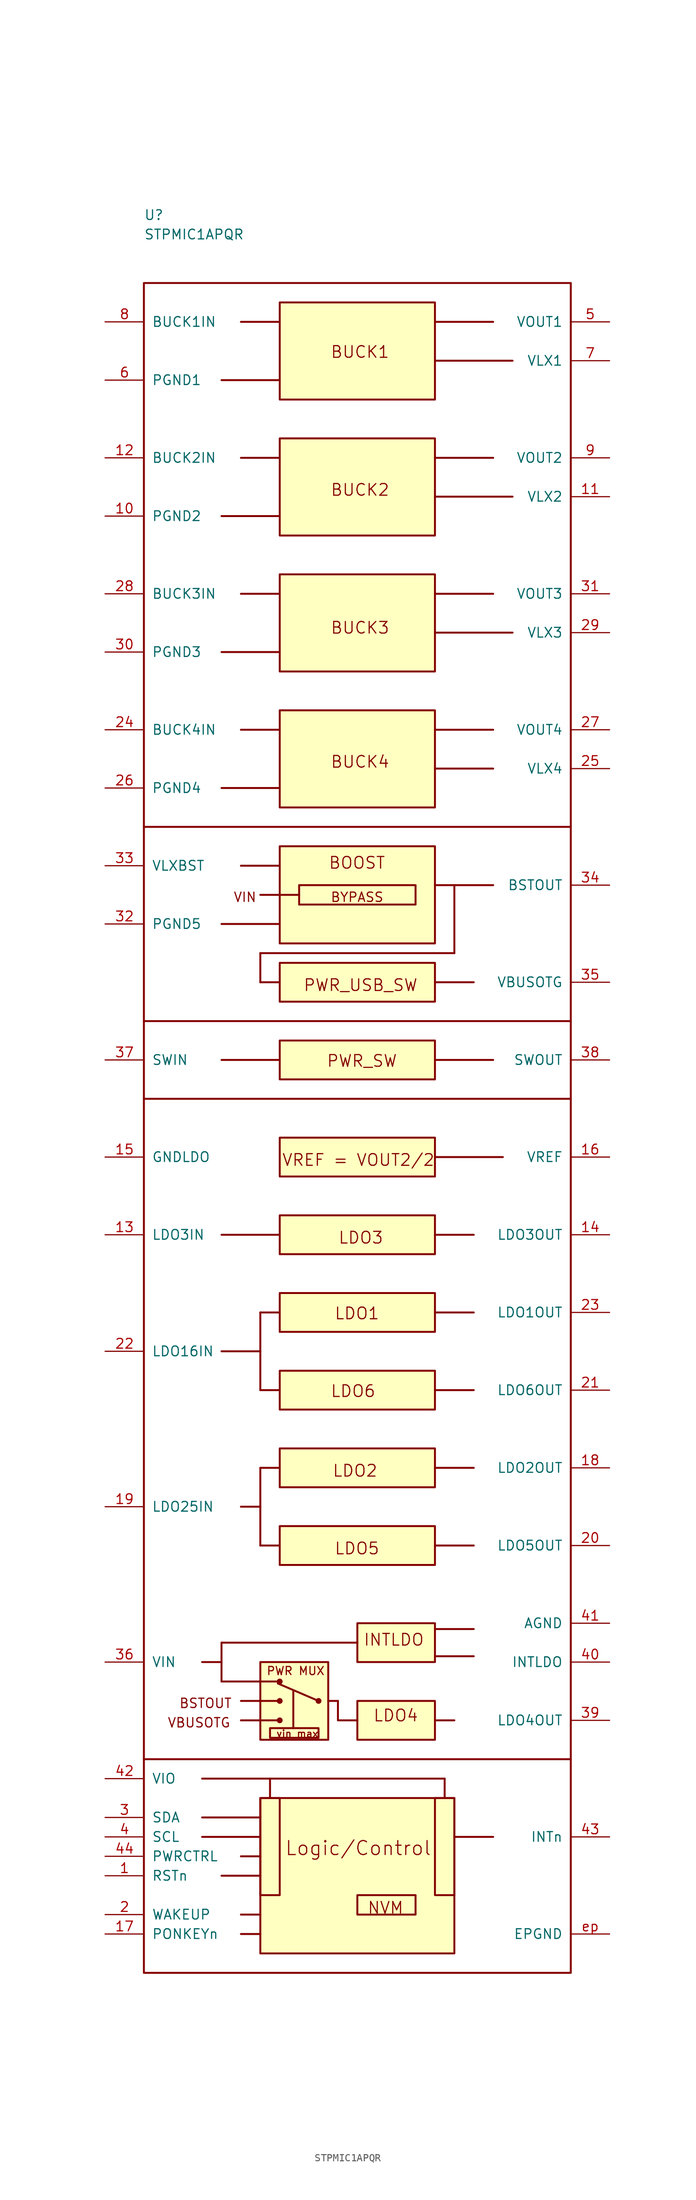
<source format=kicad_sym>
(kicad_symbol_lib
  (version 20211014)
  (generator kicad_symbol_editor)
  (symbol "STPMIC1APQR"
    (pin_names
      (offset 1.016))
    (property "Reference" "U"
      (at 0 8.89 0)
      (effects (font (size 1.27 1.27)) (justify left)))
    (property "Value" "STPMIC1APQR"
      (at 0 6.35 0)
      (effects (font (size 1.27 1.27)) (justify left)))
    (property "Footprint" ""
      (at -7.62 -5.08 0)
      (effects (font (size 1.524 1.524))))
    (property "Datasheet" ""
      (at -7.62 -5.08 0)
      (effects (font (size 1.524 1.524))))
    (symbol "STPMIC1APQR_0_1"
      (rectangle (start 0 -220.98) (end 55.88 0) (stroke (width 0.254) (type default) (color 0 0 0 0)) (fill (type none)))
      (polyline (pts (xy 0 -193.04) (xy 55.88 -193.04)) (stroke (width 0.254) (type default) (color 0 0 0 0)) (fill (type none)))
      (polyline (pts (xy 0 -106.68) (xy 55.88 -106.68)) (stroke (width 0.254) (type default) (color 0 0 0 0)) (fill (type none)))
      (polyline (pts (xy 0 -96.52) (xy 55.88 -96.52)) (stroke (width 0.254) (type default) (color 0 0 0 0)) (fill (type none)))
      (polyline (pts (xy 0 -71.12) (xy 55.88 -71.12)) (stroke (width 0.254) (type default) (color 0 0 0 0)) (fill (type none)))
      (polyline (pts (xy 7.62 -203.2) (xy 15.24 -203.2)) (stroke (width 0.254) (type default) (color 0 0 0 0)) (fill (type none)))
      (polyline (pts (xy 7.62 -200.66) (xy 15.24 -200.66)) (stroke (width 0.254) (type default) (color 0 0 0 0)) (fill (type none)))
      (polyline (pts (xy 7.62 -195.58) (xy 39.37 -195.58)) (stroke (width 0.254) (type default) (color 0 0 0 0)) (fill (type none)))
      (polyline (pts (xy 10.16 -208.28) (xy 15.24 -208.28)) (stroke (width 0.254) (type default) (color 0 0 0 0)) (fill (type none)))
      (polyline (pts (xy 10.16 -182.88) (xy 10.16 -177.8)) (stroke (width 0.254) (type default) (color 0 0 0 0)) (fill (type none)))
      (polyline (pts (xy 10.16 -182.88) (xy 15.24 -182.88)) (stroke (width 0.254) (type default) (color 0 0 0 0)) (fill (type none)))
      (polyline (pts (xy 10.16 -180.34) (xy 7.62 -180.34)) (stroke (width 0.254) (type default) (color 0 0 0 0)) (fill (type none)))
      (polyline (pts (xy 10.16 -177.8) (xy 27.94 -177.8)) (stroke (width 0.254) (type default) (color 0 0 0 0)) (fill (type none)))
      (polyline (pts (xy 10.16 -139.7) (xy 15.24 -139.7)) (stroke (width 0.254) (type default) (color 0 0 0 0)) (fill (type none)))
      (polyline (pts (xy 10.16 -124.46) (xy 17.78 -124.46)) (stroke (width 0.254) (type default) (color 0 0 0 0)) (fill (type none)))
      (polyline (pts (xy 10.16 -101.6) (xy 17.78 -101.6)) (stroke (width 0.254) (type default) (color 0 0 0 0)) (fill (type none)))
      (polyline (pts (xy 10.16 -83.82) (xy 17.78 -83.82)) (stroke (width 0.254) (type default) (color 0 0 0 0)) (fill (type none)))
      (polyline (pts (xy 10.16 -66.04) (xy 17.78 -66.04)) (stroke (width 0.254) (type default) (color 0 0 0 0)) (fill (type none)))
      (polyline (pts (xy 10.16 -48.26) (xy 17.78 -48.26)) (stroke (width 0.254) (type default) (color 0 0 0 0)) (fill (type none)))
      (polyline (pts (xy 10.16 -30.48) (xy 17.78 -30.48)) (stroke (width 0.254) (type default) (color 0 0 0 0)) (fill (type none)))
      (polyline (pts (xy 10.16 -12.7) (xy 17.78 -12.7)) (stroke (width 0.254) (type default) (color 0 0 0 0)) (fill (type none)))
      (polyline (pts (xy 12.7 -215.9) (xy 15.24 -215.9)) (stroke (width 0.254) (type default) (color 0 0 0 0)) (fill (type none)))
      (polyline (pts (xy 12.7 -213.36) (xy 15.24 -213.36)) (stroke (width 0.254) (type default) (color 0 0 0 0)) (fill (type none)))
      (polyline (pts (xy 12.7 -205.74) (xy 15.24 -205.74)) (stroke (width 0.254) (type default) (color 0 0 0 0)) (fill (type none)))
      (polyline (pts (xy 12.7 -187.96) (xy 15.24 -187.96)) (stroke (width 0.254) (type default) (color 0 0 0 0)) (fill (type none)))
      (polyline (pts (xy 12.7 -185.42) (xy 15.24 -185.42)) (stroke (width 0.254) (type default) (color 0 0 0 0)) (fill (type none)))
      (polyline (pts (xy 12.7 -160.02) (xy 15.24 -160.02)) (stroke (width 0.254) (type default) (color 0 0 0 0)) (fill (type none)))
      (polyline (pts (xy 12.7 -76.2) (xy 17.78 -76.2)) (stroke (width 0.254) (type default) (color 0 0 0 0)) (fill (type none)))
      (polyline (pts (xy 12.7 -58.42) (xy 17.78 -58.42)) (stroke (width 0.254) (type default) (color 0 0 0 0)) (fill (type none)))
      (polyline (pts (xy 12.7 -40.64) (xy 17.78 -40.64)) (stroke (width 0.254) (type default) (color 0 0 0 0)) (fill (type none)))
      (polyline (pts (xy 12.7 -22.86) (xy 17.78 -22.86)) (stroke (width 0.254) (type default) (color 0 0 0 0)) (fill (type none)))
      (polyline (pts (xy 12.7 -5.08) (xy 17.78 -5.08)) (stroke (width 0.254) (type default) (color 0 0 0 0)) (fill (type none)))
      (polyline (pts (xy 15.24 -187.96) (xy 17.78 -187.96)) (stroke (width 0.254) (type default) (color 0 0 0 0)) (fill (type none)))
      (polyline (pts (xy 15.24 -185.42) (xy 17.78 -185.42)) (stroke (width 0.254) (type default) (color 0 0 0 0)) (fill (type none)))
      (polyline (pts (xy 15.24 -182.88) (xy 17.78 -182.88)) (stroke (width 0.254) (type default) (color 0 0 0 0)) (fill (type none)))
      (polyline (pts (xy 15.24 -165.1) (xy 17.78 -165.1)) (stroke (width 0.254) (type default) (color 0 0 0 0)) (fill (type none)))
      (polyline (pts (xy 15.24 -154.94) (xy 15.24 -165.1)) (stroke (width 0.254) (type default) (color 0 0 0 0)) (fill (type none)))
      (polyline (pts (xy 15.24 -154.94) (xy 17.78 -154.94)) (stroke (width 0.254) (type default) (color 0 0 0 0)) (fill (type none)))
      (polyline (pts (xy 15.24 -144.78) (xy 17.78 -144.78)) (stroke (width 0.254) (type default) (color 0 0 0 0)) (fill (type none)))
      (polyline (pts (xy 15.24 -134.62) (xy 15.24 -144.78)) (stroke (width 0.254) (type default) (color 0 0 0 0)) (fill (type none)))
      (polyline (pts (xy 15.24 -134.62) (xy 17.78 -134.62)) (stroke (width 0.254) (type default) (color 0 0 0 0)) (fill (type none)))
      (polyline (pts (xy 15.24 -91.44) (xy 15.24 -87.63)) (stroke (width 0.254) (type default) (color 0 0 0 0)) (fill (type none)))
      (polyline (pts (xy 15.24 -91.44) (xy 17.78 -91.44)) (stroke (width 0.254) (type default) (color 0 0 0 0)) (fill (type none)))
      (polyline (pts (xy 15.24 -87.63) (xy 40.64 -87.63)) (stroke (width 0.254) (type default) (color 0 0 0 0)) (fill (type none)))
      (polyline (pts (xy 15.24 -80.01) (xy 17.78 -80.01)) (stroke (width 0.254) (type default) (color 0 0 0 0)) (fill (type none)))
      (polyline (pts (xy 16.51 -195.58) (xy 16.51 -198.12)) (stroke (width 0.254) (type default) (color 0 0 0 0)) (fill (type none)))
      (polyline (pts (xy 17.526 -183.134) (xy 22.86 -185.42)) (stroke (width 0.254) (type default) (color 0 0 0 0)) (fill (type none)))
      (polyline (pts (xy 17.78 -80.01) (xy 20.32 -80.01)) (stroke (width 0.254) (type default) (color 0 0 0 0)) (fill (type none)))
      (polyline (pts (xy 19.558 -184.15) (xy 19.558 -188.976)) (stroke (width 0.254) (type default) (color 0 0 0 0)) (fill (type none)))
      (polyline (pts (xy 24.13 -185.42) (xy 25.4 -185.42)) (stroke (width 0.254) (type default) (color 0 0 0 0)) (fill (type none)))
      (polyline (pts (xy 38.1 -187.96) (xy 40.64 -187.96)) (stroke (width 0.254) (type default) (color 0 0 0 0)) (fill (type none)))
      (polyline (pts (xy 38.1 -179.578) (xy 43.18 -179.578)) (stroke (width 0.254) (type default) (color 0 0 0 0)) (fill (type none)))
      (polyline (pts (xy 38.1 -165.1) (xy 43.18 -165.1)) (stroke (width 0.254) (type default) (color 0 0 0 0)) (fill (type none)))
      (polyline (pts (xy 38.1 -154.94) (xy 43.18 -154.94)) (stroke (width 0.254) (type default) (color 0 0 0 0)) (fill (type none)))
      (polyline (pts (xy 38.1 -144.78) (xy 43.18 -144.78)) (stroke (width 0.254) (type default) (color 0 0 0 0)) (fill (type none)))
      (polyline (pts (xy 38.1 -134.62) (xy 43.18 -134.62)) (stroke (width 0.254) (type default) (color 0 0 0 0)) (fill (type none)))
      (polyline (pts (xy 38.1 -124.46) (xy 43.18 -124.46)) (stroke (width 0.254) (type default) (color 0 0 0 0)) (fill (type none)))
      (polyline (pts (xy 38.1 -114.3) (xy 46.99 -114.3)) (stroke (width 0.254) (type default) (color 0 0 0 0)) (fill (type none)))
      (polyline (pts (xy 38.1 -101.6) (xy 45.72 -101.6)) (stroke (width 0.254) (type default) (color 0 0 0 0)) (fill (type none)))
      (polyline (pts (xy 38.1 -91.44) (xy 43.18 -91.44)) (stroke (width 0.254) (type default) (color 0 0 0 0)) (fill (type none)))
      (polyline (pts (xy 38.1 -78.74) (xy 45.72 -78.74)) (stroke (width 0.254) (type default) (color 0 0 0 0)) (fill (type none)))
      (polyline (pts (xy 38.1 -63.5) (xy 45.72 -63.5)) (stroke (width 0.254) (type default) (color 0 0 0 0)) (fill (type none)))
      (polyline (pts (xy 38.1 -58.42) (xy 45.72 -58.42)) (stroke (width 0.254) (type default) (color 0 0 0 0)) (fill (type none)))
      (polyline (pts (xy 38.1 -45.72) (xy 48.26 -45.72)) (stroke (width 0.254) (type default) (color 0 0 0 0)) (fill (type none)))
      (polyline (pts (xy 38.1 -40.64) (xy 45.72 -40.64)) (stroke (width 0.254) (type default) (color 0 0 0 0)) (fill (type none)))
      (polyline (pts (xy 38.1 -27.94) (xy 48.26 -27.94)) (stroke (width 0.254) (type default) (color 0 0 0 0)) (fill (type none)))
      (polyline (pts (xy 38.1 -22.86) (xy 45.72 -22.86)) (stroke (width 0.254) (type default) (color 0 0 0 0)) (fill (type none)))
      (polyline (pts (xy 38.1 -10.16) (xy 48.26 -10.16)) (stroke (width 0.254) (type default) (color 0 0 0 0)) (fill (type none)))
      (polyline (pts (xy 38.1 -5.08) (xy 45.72 -5.08)) (stroke (width 0.254) (type default) (color 0 0 0 0)) (fill (type none)))
      (polyline (pts (xy 39.37 -195.58) (xy 39.37 -198.12)) (stroke (width 0.254) (type default) (color 0 0 0 0)) (fill (type none)))
      (polyline (pts (xy 40.64 -203.2) (xy 45.72 -203.2)) (stroke (width 0.254) (type default) (color 0 0 0 0)) (fill (type none)))
      (polyline (pts (xy 40.64 -87.63) (xy 40.64 -78.74)) (stroke (width 0.254) (type default) (color 0 0 0 0)) (fill (type none)))
      (polyline (pts (xy 43.18 -176.022) (xy 38.1 -176.022)) (stroke (width 0.254) (type default) (color 0 0 0 0)) (fill (type none)))
      (polyline (pts (xy 25.4 -185.42) (xy 25.4 -187.96) (xy 27.94 -187.96)) (stroke (width 0.254) (type default) (color 0 0 0 0)) (fill (type none)))
      (rectangle (start 15.24 -218.44) (end 40.64 -198.12) (stroke (width 0.254) (type default) (color 0 0 0 0)) (fill (type background)))
      (rectangle (start 15.24 -210.82) (end 17.78 -198.12) (stroke (width 0.254) (type default) (color 0 0 0 0)) (fill (type background)))
      (rectangle (start 15.24 -190.5) (end 24.13 -180.34) (stroke (width 0.254) (type default) (color 0 0 0 0)) (fill (type background)))
      (rectangle (start 16.51 -190.246) (end 22.86 -188.976) (stroke (width 0.254) (type default) (color 0 0 0 0)) (fill (type background)))
      (circle (center 17.78 -187.96) (radius 0.254) (stroke (width 0.254) (type default) (color 0 0 0 0)) (fill (type outline)))
      (circle (center 17.78 -185.42) (radius 0.254) (stroke (width 0.254) (type default) (color 0 0 0 0)) (fill (type outline)))
      (circle (center 17.78 -182.88) (radius 0.254) (stroke (width 0.254) (type default) (color 0 0 0 0)) (fill (type outline)))
      (rectangle (start 17.78 -167.64) (end 38.1 -162.56) (stroke (width 0.254) (type default) (color 0 0 0 0)) (fill (type background)))
      (rectangle (start 17.78 -157.48) (end 38.1 -152.4) (stroke (width 0.254) (type default) (color 0 0 0 0)) (fill (type background)))
      (rectangle (start 17.78 -147.32) (end 38.1 -142.24) (stroke (width 0.254) (type default) (color 0 0 0 0)) (fill (type background)))
      (rectangle (start 17.78 -137.16) (end 38.1 -132.08) (stroke (width 0.254) (type default) (color 0 0 0 0)) (fill (type background)))
      (rectangle (start 17.78 -127) (end 38.1 -121.92) (stroke (width 0.254) (type default) (color 0 0 0 0)) (fill (type background)))
      (rectangle (start 17.78 -116.84) (end 38.1 -111.76) (stroke (width 0.254) (type default) (color 0 0 0 0)) (fill (type background)))
      (rectangle (start 17.78 -99.06) (end 38.1 -104.14) (stroke (width 0.254) (type default) (color 0 0 0 0)) (fill (type background)))
      (rectangle (start 17.78 -88.9) (end 38.1 -93.98) (stroke (width 0.254) (type default) (color 0 0 0 0)) (fill (type background)))
      (rectangle (start 17.78 -86.36) (end 38.1 -73.66) (stroke (width 0.254) (type default) (color 0 0 0 0)) (fill (type background)))
      (rectangle (start 17.78 -68.58) (end 38.1 -55.88) (stroke (width 0.254) (type default) (color 0 0 0 0)) (fill (type background)))
      (rectangle (start 17.78 -50.8) (end 38.1 -38.1) (stroke (width 0.254) (type default) (color 0 0 0 0)) (fill (type background)))
      (rectangle (start 17.78 -33.02) (end 38.1 -20.32) (stroke (width 0.254) (type default) (color 0 0 0 0)) (fill (type background)))
      (rectangle (start 17.78 -15.24) (end 38.1 -2.54) (stroke (width 0.254) (type default) (color 0 0 0 0)) (fill (type background)))
      (rectangle (start 20.32 -81.28) (end 35.56 -78.74) (stroke (width 0.254) (type default) (color 0 0 0 0)) (fill (type background)))
      (circle (center 22.86 -185.42) (radius 0.254) (stroke (width 0.254) (type default) (color 0 0 0 0)) (fill (type outline)))
      (rectangle (start 27.94 -213.36) (end 35.56 -210.82) (stroke (width 0.254) (type default) (color 0 0 0 0)) (fill (type background)))
      (rectangle (start 27.94 -190.5) (end 38.1 -185.42) (stroke (width 0.254) (type default) (color 0 0 0 0)) (fill (type background)))
      (rectangle (start 27.94 -180.34) (end 38.1 -175.26) (stroke (width 0.254) (type default) (color 0 0 0 0)) (fill (type background)))
      (rectangle (start 38.1 -210.82) (end 40.64 -198.12) (stroke (width 0.254) (type default) (color 0 0 0 0)) (fill (type background)))
      (pin passive line (at -5.08 -208.28 0) (length 5.08) (name "RSTn" (effects (font (size 1.27 1.27)))) (number "1" (effects (font (size 1.27 1.27)))))
      (pin passive line (at -5.08 -30.48 0) (length 5.08) (name "PGND2" (effects (font (size 1.27 1.27)))) (number "10" (effects (font (size 1.27 1.27)))))
      (pin passive line (at 60.96 -27.94 180) (length 5.08) (name "VLX2" (effects (font (size 1.27 1.27)))) (number "11" (effects (font (size 1.27 1.27)))))
      (pin passive line (at -5.08 -22.86 0) (length 5.08) (name "BUCK2IN" (effects (font (size 1.27 1.27)))) (number "12" (effects (font (size 1.27 1.27)))))
      (pin passive line (at -5.08 -124.46 0) (length 5.08) (name "LDO3IN" (effects (font (size 1.27 1.27)))) (number "13" (effects (font (size 1.27 1.27)))))
      (pin passive line (at 60.96 -124.46 180) (length 5.08) (name "LDO3OUT" (effects (font (size 1.27 1.27)))) (number "14" (effects (font (size 1.27 1.27)))))
      (pin passive line (at -5.08 -114.3 0) (length 5.08) (name "GNDLDO" (effects (font (size 1.27 1.27)))) (number "15" (effects (font (size 1.27 1.27)))))
      (pin passive line (at 60.96 -114.3 180) (length 5.08) (name "VREF" (effects (font (size 1.27 1.27)))) (number "16" (effects (font (size 1.27 1.27)))))
      (pin passive line (at -5.08 -215.9 0) (length 5.08) (name "PONKEYn" (effects (font (size 1.27 1.27)))) (number "17" (effects (font (size 1.27 1.27)))))
      (pin passive line (at 60.96 -154.94 180) (length 5.08) (name "LDO2OUT" (effects (font (size 1.27 1.27)))) (number "18" (effects (font (size 1.27 1.27)))))
      (pin passive line (at -5.08 -160.02 0) (length 5.08) (name "LDO25IN" (effects (font (size 1.27 1.27)))) (number "19" (effects (font (size 1.27 1.27)))))
      (pin passive line (at -5.08 -213.36 0) (length 5.08) (name "WAKEUP" (effects (font (size 1.27 1.27)))) (number "2" (effects (font (size 1.27 1.27)))))
      (pin passive line (at 60.96 -165.1 180) (length 5.08) (name "LDO5OUT" (effects (font (size 1.27 1.27)))) (number "20" (effects (font (size 1.27 1.27)))))
      (pin passive line (at 60.96 -144.78 180) (length 5.08) (name "LDO6OUT" (effects (font (size 1.27 1.27)))) (number "21" (effects (font (size 1.27 1.27)))))
      (pin passive line (at -5.08 -139.7 0) (length 5.08) (name "LDO16IN" (effects (font (size 1.27 1.27)))) (number "22" (effects (font (size 1.27 1.27)))))
      (pin passive line (at 60.96 -134.62 180) (length 5.08) (name "LDO1OUT" (effects (font (size 1.27 1.27)))) (number "23" (effects (font (size 1.27 1.27)))))
      (pin passive line (at -5.08 -58.42 0) (length 5.08) (name "BUCK4IN" (effects (font (size 1.27 1.27)))) (number "24" (effects (font (size 1.27 1.27)))))
      (pin passive line (at 60.96 -63.5 180) (length 5.08) (name "VLX4" (effects (font (size 1.27 1.27)))) (number "25" (effects (font (size 1.27 1.27)))))
      (pin passive line (at -5.08 -66.04 0) (length 5.08) (name "PGND4" (effects (font (size 1.27 1.27)))) (number "26" (effects (font (size 1.27 1.27)))))
      (pin passive line (at 60.96 -58.42 180) (length 5.08) (name "VOUT4" (effects (font (size 1.27 1.27)))) (number "27" (effects (font (size 1.27 1.27)))))
      (pin passive line (at -5.08 -40.64 0) (length 5.08) (name "BUCK3IN" (effects (font (size 1.27 1.27)))) (number "28" (effects (font (size 1.27 1.27)))))
      (pin passive line (at 60.96 -45.72 180) (length 5.08) (name "VLX3" (effects (font (size 1.27 1.27)))) (number "29" (effects (font (size 1.27 1.27)))))
      (pin passive line (at -5.08 -200.66 0) (length 5.08) (name "SDA" (effects (font (size 1.27 1.27)))) (number "3" (effects (font (size 1.27 1.27)))))
      (pin passive line (at -5.08 -48.26 0) (length 5.08) (name "PGND3" (effects (font (size 1.27 1.27)))) (number "30" (effects (font (size 1.27 1.27)))))
      (pin passive line (at 60.96 -40.64 180) (length 5.08) (name "VOUT3" (effects (font (size 1.27 1.27)))) (number "31" (effects (font (size 1.27 1.27)))))
      (pin passive line (at -5.08 -83.82 0) (length 5.08) (name "PGND5" (effects (font (size 1.27 1.27)))) (number "32" (effects (font (size 1.27 1.27)))))
      (pin passive line (at -5.08 -76.2 0) (length 5.08) (name "VLXBST" (effects (font (size 1.27 1.27)))) (number "33" (effects (font (size 1.27 1.27)))))
      (pin passive line (at 60.96 -78.74 180) (length 5.08) (name "BSTOUT" (effects (font (size 1.27 1.27)))) (number "34" (effects (font (size 1.27 1.27)))))
      (pin passive line (at 60.96 -91.44 180) (length 5.08) (name "VBUSOTG" (effects (font (size 1.27 1.27)))) (number "35" (effects (font (size 1.27 1.27)))))
      (pin passive line (at -5.08 -180.34 0) (length 5.08) (name "VIN" (effects (font (size 1.27 1.27)))) (number "36" (effects (font (size 1.27 1.27)))))
      (pin passive line (at -5.08 -101.6 0) (length 5.08) (name "SWIN" (effects (font (size 1.27 1.27)))) (number "37" (effects (font (size 1.27 1.27)))))
      (pin passive line (at 60.96 -101.6 180) (length 5.08) (name "SWOUT" (effects (font (size 1.27 1.27)))) (number "38" (effects (font (size 1.27 1.27)))))
      (pin passive line (at 60.96 -187.96 180) (length 5.08) (name "LDO4OUT" (effects (font (size 1.27 1.27)))) (number "39" (effects (font (size 1.27 1.27)))))
      (pin passive line (at -5.08 -203.2 0) (length 5.08) (name "SCL" (effects (font (size 1.27 1.27)))) (number "4" (effects (font (size 1.27 1.27)))))
      (pin passive line (at 60.96 -180.34 180) (length 5.08) (name "INTLDO" (effects (font (size 1.27 1.27)))) (number "40" (effects (font (size 1.27 1.27)))))
      (pin passive line (at 60.96 -175.26 180) (length 5.08) (name "AGND" (effects (font (size 1.27 1.27)))) (number "41" (effects (font (size 1.27 1.27)))))
      (pin passive line (at -5.08 -195.58 0) (length 5.08) (name "VIO" (effects (font (size 1.27 1.27)))) (number "42" (effects (font (size 1.27 1.27)))))
      (pin passive line (at 60.96 -203.2 180) (length 5.08) (name "INTn" (effects (font (size 1.27 1.27)))) (number "43" (effects (font (size 1.27 1.27)))))
      (pin passive line (at -5.08 -205.74 0) (length 5.08) (name "PWRCTRL" (effects (font (size 1.27 1.27)))) (number "44" (effects (font (size 1.27 1.27)))))
      (pin passive line (at 60.96 -5.08 180) (length 5.08) (name "VOUT1" (effects (font (size 1.27 1.27)))) (number "5" (effects (font (size 1.27 1.27)))))
      (pin passive line (at -5.08 -12.7 0) (length 5.08) (name "PGND1" (effects (font (size 1.27 1.27)))) (number "6" (effects (font (size 1.27 1.27)))))
      (pin passive line (at 60.96 -10.16 180) (length 5.08) (name "VLX1" (effects (font (size 1.27 1.27)))) (number "7" (effects (font (size 1.27 1.27)))))
      (pin passive line (at -5.08 -5.08 0) (length 5.08) (name "BUCK1IN" (effects (font (size 1.27 1.27)))) (number "8" (effects (font (size 1.27 1.27)))))
      (pin passive line (at 60.96 -22.86 180) (length 5.08) (name "VOUT2" (effects (font (size 1.27 1.27)))) (number "9" (effects (font (size 1.27 1.27)))))
      (pin passive line (at 60.96 -215.9 180) (length 5.08) (name "EPGND" (effects (font (size 1.27 1.27)))) (number "ep" (effects (font (size 1.27 1.27))))))
    (symbol "STPMIC1APQR_1_1"
      (text "BOOST" (at 24.13 -76.708 0) (effects (font (size 1.524 1.524)) (justify left bottom)))
      (text "BSTOUT" (at 4.572 -186.436 0) (effects (font (size 1.219 1.219)) (justify left bottom)))
      (text "BUCK1" (at 24.384 -9.906 0) (effects (font (size 1.524 1.524)) (justify left bottom)))
      (text "BUCK2" (at 24.384 -27.94 0) (effects (font (size 1.524 1.524)) (justify left bottom)))
      (text "BUCK3" (at 24.384 -45.974 0) (effects (font (size 1.524 1.524)) (justify left bottom)))
      (text "BUCK4" (at 24.384 -63.5 0) (effects (font (size 1.524 1.524)) (justify left bottom)))
      (text "BYPASS" (at 24.384 -81.026 0) (effects (font (size 1.219 1.219)) (justify left bottom)))
      (text "INTLDO" (at 28.702 -178.308 0) (effects (font (size 1.524 1.524)) (justify left bottom)))
      (text "LDO1" (at 24.892 -135.636 0) (effects (font (size 1.524 1.524)) (justify left bottom)))
      (text "LDO2" (at 24.638 -156.21 0) (effects (font (size 1.524 1.524)) (justify left bottom)))
      (text "LDO3" (at 25.4 -125.73 0) (effects (font (size 1.524 1.524)) (justify left bottom)))
      (text "LDO4" (at 29.972 -188.214 0) (effects (font (size 1.524 1.524)) (justify left bottom)))
      (text "LDO5" (at 24.892 -166.37 0) (effects (font (size 1.524 1.524)) (justify left bottom)))
      (text "LDO6" (at 24.384 -145.796 0) (effects (font (size 1.524 1.524)) (justify left bottom)))
      (text "Logic/Control" (at 18.415 -205.74 0) (effects (font (size 1.829 1.829)) (justify left bottom)))
      (text "NVM" (at 29.21 -213.36 0) (effects (font (size 1.524 1.524)) (justify left bottom)))
      (text "PWR MUX" (at 16.002 -182.118 0) (effects (font (size 1.067 1.067)) (justify left bottom)))
      (text "PWR_SW" (at 23.876 -102.616 0) (effects (font (size 1.524 1.524)) (justify left bottom)))
      (text "PWR_USB_SW" (at 20.828 -92.71 0) (effects (font (size 1.524 1.524)) (justify left bottom)))
      (text "VBUSOTG" (at 3.048 -188.976 0) (effects (font (size 1.219 1.219)) (justify left bottom)))
      (text "VIN" (at 11.684 -81.026 0) (effects (font (size 1.219 1.219)) (justify left bottom)))
      (text "vin_max" (at 17.272 -190.246 0) (effects (font (size 0.914 0.914)) (justify left bottom)))
      (text "VREF = VOUT2/2" (at 18.034 -115.57 0) (effects (font (size 1.524 1.524)) (justify left bottom))))))
</source>
